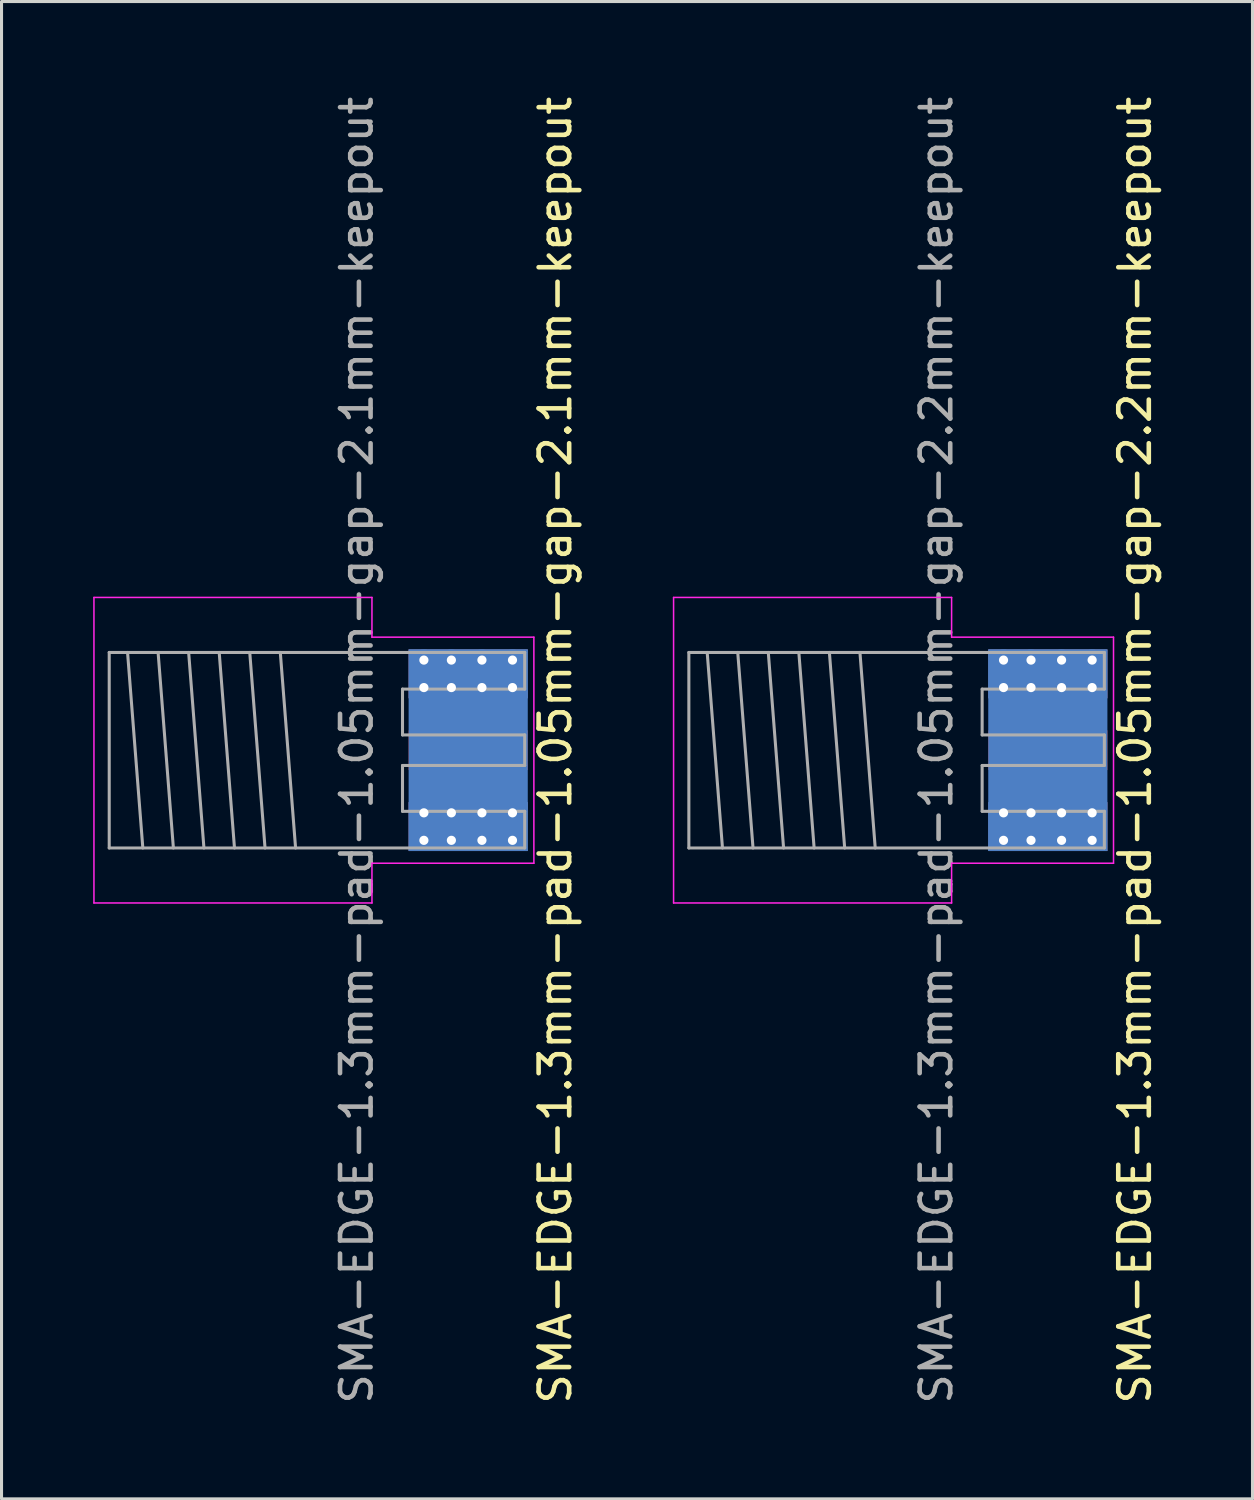
<source format=kicad_pcb>
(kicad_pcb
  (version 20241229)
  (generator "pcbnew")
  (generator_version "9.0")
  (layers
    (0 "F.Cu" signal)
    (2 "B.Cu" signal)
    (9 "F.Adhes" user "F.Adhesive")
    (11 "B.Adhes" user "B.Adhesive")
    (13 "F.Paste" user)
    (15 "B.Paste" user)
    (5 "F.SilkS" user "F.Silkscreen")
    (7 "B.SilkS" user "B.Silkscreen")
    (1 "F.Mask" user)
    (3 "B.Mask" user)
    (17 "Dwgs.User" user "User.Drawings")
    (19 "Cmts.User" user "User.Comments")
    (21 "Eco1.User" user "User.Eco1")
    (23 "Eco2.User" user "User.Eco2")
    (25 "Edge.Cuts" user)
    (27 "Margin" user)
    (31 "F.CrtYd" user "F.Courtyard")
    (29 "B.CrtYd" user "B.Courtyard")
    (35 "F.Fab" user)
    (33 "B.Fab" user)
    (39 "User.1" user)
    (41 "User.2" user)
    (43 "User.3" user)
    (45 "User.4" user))
  (footprint "SMA-EDGE-1.3mm-pad-1.05mm-gap-2.2mm-keepout"
    (layer "F.Cu")
    (at 29.098 21.506)
    (property "Reference" "SMA-EDGE-1.3mm-pad-1.05mm-gap-2.2mm-keepout" (at 5 0 90) (layer "F.SilkS") (effects (font (size 1 1) (thickness 0.15))))
    (attr through_hole)
    (fp_line (start -10.1 -5) (end -10.1 5) (stroke (width 0.05) (type solid)) (layer "F.CrtYd"))
    (fp_line (start -10.1 -5) (end -1 -5) (stroke (width 0.05) (type solid)) (layer "F.CrtYd"))
    (fp_line (start -10.1 5) (end -1 5) (stroke (width 0.05) (type solid)) (layer "F.CrtYd"))
    (fp_line (start -1 -5) (end -1 -3.7) (stroke (width 0.05) (type solid)) (layer "F.CrtYd"))
    (fp_line (start -1 3.7) (end 4.3 3.7) (stroke (width 0.05) (type solid)) (layer "F.CrtYd"))
    (fp_line (start -1 5) (end -1 3.7) (stroke (width 0.05) (type solid)) (layer "F.CrtYd"))
    (fp_line (start 4.3 -3.7) (end -1 -3.7) (stroke (width 0.05) (type solid)) (layer "F.CrtYd"))
    (fp_line (start 4.3 3.7) (end 4.3 -3.7) (stroke (width 0.05) (type solid)) (layer "F.CrtYd"))
    (fp_line (start -9.6 -3.2) (end 4 -3.2) (stroke (width 0.1) (type solid)) (layer "F.Fab"))
    (fp_line (start -9.6 3.2) (end -9.6 -3.2) (stroke (width 0.1) (type solid)) (layer "F.Fab"))
    (fp_line (start -9.6 3.2) (end 4 3.2) (stroke (width 0.1) (type solid)) (layer "F.Fab"))
    (fp_line (start -9 -3.2) (end -8.5 3.2) (stroke (width 0.1) (type solid)) (layer "F.Fab"))
    (fp_line (start -8 -3.2) (end -7.5 3.2) (stroke (width 0.1) (type solid)) (layer "F.Fab"))
    (fp_line (start -7 -3.2) (end -6.5 3.2) (stroke (width 0.1) (type solid)) (layer "F.Fab"))
    (fp_line (start -6 -3.2) (end -5.5 3.2) (stroke (width 0.1) (type solid)) (layer "F.Fab"))
    (fp_line (start -5 -3.2) (end -4.5 3.2) (stroke (width 0.1) (type solid)) (layer "F.Fab"))
    (fp_line (start -4 -3.2) (end -3.5 3.2) (stroke (width 0.1) (type solid)) (layer "F.Fab"))
    (fp_line (start 0 -2) (end 4 -2) (stroke (width 0.1) (type solid)) (layer "F.Fab"))
    (fp_line (start 0 -0.5) (end 0 -2) (stroke (width 0.1) (type solid)) (layer "F.Fab"))
    (fp_line (start 0 0.5) (end 4 0.5) (stroke (width 0.1) (type solid)) (layer "F.Fab"))
    (fp_line (start 0 2) (end 0 0.5) (stroke (width 0.1) (type solid)) (layer "F.Fab"))
    (fp_line (start 4 -2) (end 4 -3.2) (stroke (width 0.1) (type solid)) (layer "F.Fab"))
    (fp_line (start 4 -0.5) (end 0 -0.5) (stroke (width 0.1) (type solid)) (layer "F.Fab"))
    (fp_line (start 4 0.5) (end 4 -0.5) (stroke (width 0.1) (type solid)) (layer "F.Fab"))
    (fp_line (start 4 2) (end 0 2) (stroke (width 0.1) (type solid)) (layer "F.Fab"))
    (fp_line (start 4 3.2) (end 4 2) (stroke (width 0.1) (type solid)) (layer "F.Fab"))
    (fp_text user "${REFERENCE}" (at -1.5 0 90) (layer "F.Fab") (effects (font (size 1 1) (thickness 0.15))))
    (pad "1" smd rect (at 2.15 0) (size 3.9 1.3) (layers "F.Cu" "F.Mask"))
    (pad "2" thru_hole circle (at 0.7 -2.95) (size 0.7 0.7) (drill 0.3) (layers "*.Cu" "*.Mask"))
    (pad "2" thru_hole circle (at 0.7 -2.05) (size 0.7 0.7) (drill 0.3) (layers "*.Cu" "*.Mask"))
    (pad "2" thru_hole circle (at 0.7 2.05) (size 0.7 0.7) (drill 0.3) (layers "*.Cu" "*.Mask"))
    (pad "2" thru_hole circle (at 0.7 2.95) (size 0.7 0.7) (drill 0.3) (layers "*.Cu" "*.Mask"))
    (pad "2" thru_hole circle (at 1.6 -2.95) (size 0.7 0.7) (drill 0.3) (layers "*.Cu" "*.Mask"))
    (pad "2" thru_hole circle (at 1.6 -2.05) (size 0.7 0.7) (drill 0.3) (layers "*.Cu" "*.Mask"))
    (pad "2" thru_hole circle (at 1.6 2.05) (size 0.7 0.7) (drill 0.3) (layers "*.Cu" "*.Mask"))
    (pad "2" thru_hole circle (at 1.6 2.95) (size 0.7 0.7) (drill 0.3) (layers "*.Cu" "*.Mask"))
    (pad "2" smd rect (at 2.15 -2.5) (size 3.9 1.6) (layers "F.Cu" "F.Mask"))
    (pad "2" smd rect (at 2.15 -2.5) (size 3.9 1.6) (layers "B.Cu" "B.Mask"))
    (pad "2" smd rect (at 2.15 0) (size 3.9 6.6) (layers "B.Cu"))
    (pad "2" smd rect (at 2.15 2.5) (size 3.9 1.6) (layers "F.Cu" "F.Mask"))
    (pad "2" smd rect (at 2.15 2.5) (size 3.9 1.6) (layers "B.Cu" "B.Mask"))
    (pad "2" thru_hole circle (at 2.6 -2.95) (size 0.7 0.7) (drill 0.3) (layers "*.Cu" "*.Mask"))
    (pad "2" thru_hole circle (at 2.6 -2.05) (size 0.7 0.7) (drill 0.3) (layers "*.Cu" "*.Mask"))
    (pad "2" thru_hole circle (at 2.6 2.05) (size 0.7 0.7) (drill 0.3) (layers "*.Cu" "*.Mask"))
    (pad "2" thru_hole circle (at 2.6 2.95) (size 0.7 0.7) (drill 0.3) (layers "*.Cu" "*.Mask"))
    (pad "2" thru_hole circle (at 3.6 -2.95) (size 0.7 0.7) (drill 0.3) (layers "*.Cu" "*.Mask"))
    (pad "2" thru_hole circle (at 3.6 -2.05) (size 0.7 0.7) (drill 0.3) (layers "*.Cu" "*.Mask"))
    (pad "2" thru_hole circle (at 3.6 2.05) (size 0.7 0.7) (drill 0.3) (layers "*.Cu" "*.Mask"))
    (pad "2" thru_hole circle (at 3.6 2.95) (size 0.7 0.7) (drill 0.3) (layers "*.Cu" "*.Mask"))
    (zone (net_name "") (layer "In1.Cu") (name "SMA keepout") (hatch edge 0.508) (connect_pads) (min_thickness 0.254) (filled_areas_thickness no) (keepout (tracks not_allowed) (vias not_allowed) (pads not_allowed) (copperpour not_allowed) (footprints not_allowed)) (placement (enabled no)) (fill) (polygon (pts (xy 33.198 22.606) (xy 29.098 22.606) (xy 29.098 20.406) (xy 33.198 20.406)))))
  (footprint "SMA-EDGE-1.3mm-pad-1.05mm-gap-2.1mm-keepout"
    (layer "F.Cu")
    (at 10.125 21.506)
    (property "Reference" "SMA-EDGE-1.3mm-pad-1.05mm-gap-2.1mm-keepout" (at 5 0 90) (layer "F.SilkS") (effects (font (size 1 1) (thickness 0.15))))
    (attr through_hole)
    (fp_line (start -10.1 -5) (end -10.1 5) (stroke (width 0.05) (type solid)) (layer "F.CrtYd"))
    (fp_line (start -10.1 -5) (end -1 -5) (stroke (width 0.05) (type solid)) (layer "F.CrtYd"))
    (fp_line (start -10.1 5) (end -1 5) (stroke (width 0.05) (type solid)) (layer "F.CrtYd"))
    (fp_line (start -1 -5) (end -1 -3.7) (stroke (width 0.05) (type solid)) (layer "F.CrtYd"))
    (fp_line (start -1 3.7) (end 4.3 3.7) (stroke (width 0.05) (type solid)) (layer "F.CrtYd"))
    (fp_line (start -1 5) (end -1 3.7) (stroke (width 0.05) (type solid)) (layer "F.CrtYd"))
    (fp_line (start 4.3 -3.7) (end -1 -3.7) (stroke (width 0.05) (type solid)) (layer "F.CrtYd"))
    (fp_line (start 4.3 3.7) (end 4.3 -3.7) (stroke (width 0.05) (type solid)) (layer "F.CrtYd"))
    (fp_line (start -9.6 -3.2) (end 4 -3.2) (stroke (width 0.1) (type solid)) (layer "F.Fab"))
    (fp_line (start -9.6 3.2) (end -9.6 -3.2) (stroke (width 0.1) (type solid)) (layer "F.Fab"))
    (fp_line (start -9.6 3.2) (end 4 3.2) (stroke (width 0.1) (type solid)) (layer "F.Fab"))
    (fp_line (start -9 -3.2) (end -8.5 3.2) (stroke (width 0.1) (type solid)) (layer "F.Fab"))
    (fp_line (start -8 -3.2) (end -7.5 3.2) (stroke (width 0.1) (type solid)) (layer "F.Fab"))
    (fp_line (start -7 -3.2) (end -6.5 3.2) (stroke (width 0.1) (type solid)) (layer "F.Fab"))
    (fp_line (start -6 -3.2) (end -5.5 3.2) (stroke (width 0.1) (type solid)) (layer "F.Fab"))
    (fp_line (start -5 -3.2) (end -4.5 3.2) (stroke (width 0.1) (type solid)) (layer "F.Fab"))
    (fp_line (start -4 -3.2) (end -3.5 3.2) (stroke (width 0.1) (type solid)) (layer "F.Fab"))
    (fp_line (start 0 -2) (end 4 -2) (stroke (width 0.1) (type solid)) (layer "F.Fab"))
    (fp_line (start 0 -0.5) (end 0 -2) (stroke (width 0.1) (type solid)) (layer "F.Fab"))
    (fp_line (start 0 0.5) (end 4 0.5) (stroke (width 0.1) (type solid)) (layer "F.Fab"))
    (fp_line (start 0 2) (end 0 0.5) (stroke (width 0.1) (type solid)) (layer "F.Fab"))
    (fp_line (start 4 -2) (end 4 -3.2) (stroke (width 0.1) (type solid)) (layer "F.Fab"))
    (fp_line (start 4 -0.5) (end 0 -0.5) (stroke (width 0.1) (type solid)) (layer "F.Fab"))
    (fp_line (start 4 0.5) (end 4 -0.5) (stroke (width 0.1) (type solid)) (layer "F.Fab"))
    (fp_line (start 4 2) (end 0 2) (stroke (width 0.1) (type solid)) (layer "F.Fab"))
    (fp_line (start 4 3.2) (end 4 2) (stroke (width 0.1) (type solid)) (layer "F.Fab"))
    (fp_text user "${REFERENCE}" (at -1.5 0 90) (layer "F.Fab") (effects (font (size 1 1) (thickness 0.15))))
    (pad "1" smd rect (at 2.15 0) (size 3.9 1.3) (layers "F.Cu" "F.Mask"))
    (pad "2" thru_hole circle (at 0.7 -2.95) (size 0.7 0.7) (drill 0.3) (layers "*.Cu" "*.Mask"))
    (pad "2" thru_hole circle (at 0.7 -2.05) (size 0.7 0.7) (drill 0.3) (layers "*.Cu" "*.Mask"))
    (pad "2" thru_hole circle (at 0.7 2.05) (size 0.7 0.7) (drill 0.3) (layers "*.Cu" "*.Mask"))
    (pad "2" thru_hole circle (at 0.7 2.95) (size 0.7 0.7) (drill 0.3) (layers "*.Cu" "*.Mask"))
    (pad "2" thru_hole circle (at 1.6 -2.95) (size 0.7 0.7) (drill 0.3) (layers "*.Cu" "*.Mask"))
    (pad "2" thru_hole circle (at 1.6 -2.05) (size 0.7 0.7) (drill 0.3) (layers "*.Cu" "*.Mask"))
    (pad "2" thru_hole circle (at 1.6 2.05) (size 0.7 0.7) (drill 0.3) (layers "*.Cu" "*.Mask"))
    (pad "2" thru_hole circle (at 1.6 2.95) (size 0.7 0.7) (drill 0.3) (layers "*.Cu" "*.Mask"))
    (pad "2" smd rect (at 2.15 -2.5) (size 3.9 1.6) (layers "F.Cu" "F.Mask"))
    (pad "2" smd rect (at 2.15 -2.5) (size 3.9 1.6) (layers "B.Cu" "B.Mask"))
    (pad "2" smd rect (at 2.15 0) (size 3.9 6.6) (layers "B.Cu"))
    (pad "2" smd rect (at 2.15 2.5) (size 3.9 1.6) (layers "F.Cu" "F.Mask"))
    (pad "2" smd rect (at 2.15 2.5) (size 3.9 1.6) (layers "B.Cu" "B.Mask"))
    (pad "2" thru_hole circle (at 2.6 -2.95) (size 0.7 0.7) (drill 0.3) (layers "*.Cu" "*.Mask"))
    (pad "2" thru_hole circle (at 2.6 -2.05) (size 0.7 0.7) (drill 0.3) (layers "*.Cu" "*.Mask"))
    (pad "2" thru_hole circle (at 2.6 2.05) (size 0.7 0.7) (drill 0.3) (layers "*.Cu" "*.Mask"))
    (pad "2" thru_hole circle (at 2.6 2.95) (size 0.7 0.7) (drill 0.3) (layers "*.Cu" "*.Mask"))
    (pad "2" thru_hole circle (at 3.6 -2.95) (size 0.7 0.7) (drill 0.3) (layers "*.Cu" "*.Mask"))
    (pad "2" thru_hole circle (at 3.6 -2.05) (size 0.7 0.7) (drill 0.3) (layers "*.Cu" "*.Mask"))
    (pad "2" thru_hole circle (at 3.6 2.05) (size 0.7 0.7) (drill 0.3) (layers "*.Cu" "*.Mask"))
    (pad "2" thru_hole circle (at 3.6 2.95) (size 0.7 0.7) (drill 0.3) (layers "*.Cu" "*.Mask"))
    (zone (net_name "") (layer "In1.Cu") (name "SMA keepout") (hatch edge 0.508) (connect_pads) (min_thickness 0.254) (filled_areas_thickness no) (keepout (tracks not_allowed) (vias not_allowed) (pads not_allowed) (copperpour not_allowed) (footprints not_allowed)) (placement (enabled no)) (fill) (polygon (pts (xy 14.225 22.556) (xy 10.125 22.556) (xy 10.125 20.456) (xy 14.225 20.456)))))
  (gr_rect
    (start -3 -3)
    (end 37.947 46.012)
    (stroke (width 0.1) (type default))
    (fill no)
    (layer "Edge.Cuts")))
</source>
